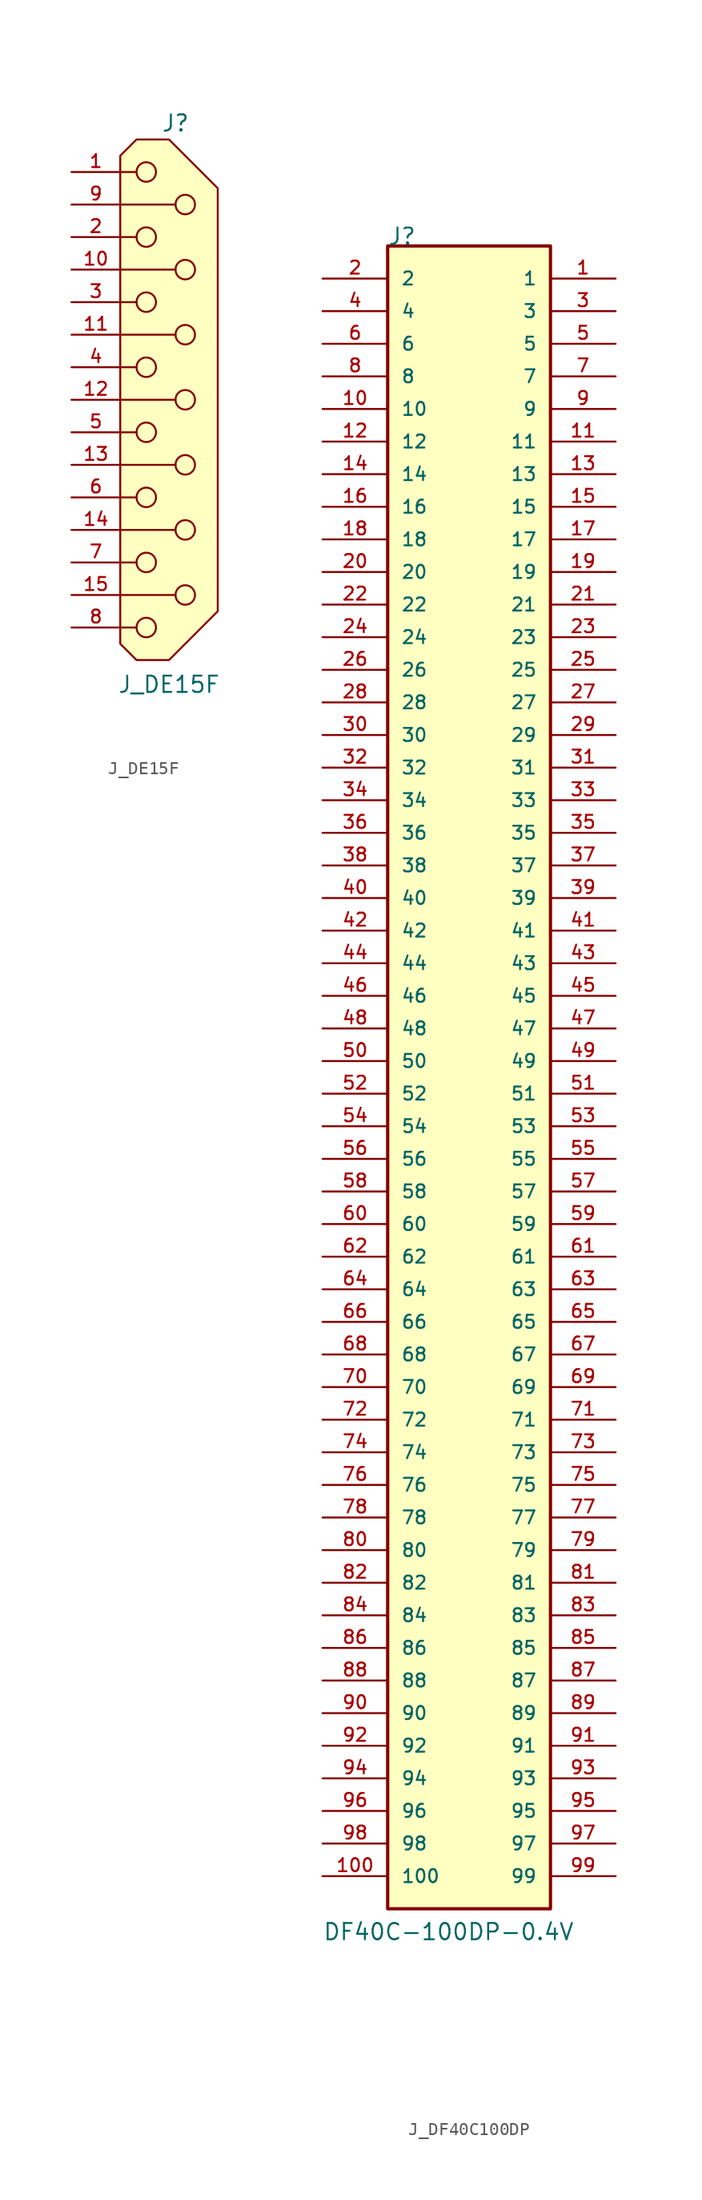
<source format=kicad_sym>
(kicad_symbol_lib
  (version 20220914)
  (generator kicad_symbol_editor)
  (symbol "J_DE15F"
    (pin_names
      (offset 1.016) hide)
    (property "Reference" "J"
      (at 0.508 21.59 0)
      (effects (font (size 1.27 1.27))))
    (property "Value" "J_DE15F"
      (at 0 -22.225 0)
      (effects (font (size 1.27 1.27))))
    (symbol "J_DE15F_0_1"
      (circle (center -1.778 -17.78) (radius 0.762) (stroke (width 0) (type default)) (fill (type none)))
      (circle (center -1.778 -12.7) (radius 0.762) (stroke (width 0) (type default)) (fill (type none)))
      (circle (center -1.778 -7.62) (radius 0.762) (stroke (width 0) (type default)) (fill (type none)))
      (circle (center -1.778 -2.54) (radius 0.762) (stroke (width 0) (type default)) (fill (type none)))
      (circle (center -1.778 2.54) (radius 0.762) (stroke (width 0) (type default)) (fill (type none)))
      (circle (center -1.778 7.62) (radius 0.762) (stroke (width 0) (type default)) (fill (type none)))
      (circle (center -1.778 12.7) (radius 0.762) (stroke (width 0) (type default)) (fill (type none)))
      (circle (center -1.778 17.78) (radius 0.762) (stroke (width 0) (type default)) (fill (type none)))
      (polyline (pts (xy -3.81 -17.78) (xy -2.54 -17.78)) (stroke (width 0) (type default)) (fill (type none)))
      (polyline (pts (xy -3.81 -15.24) (xy 0.508 -15.24)) (stroke (width 0) (type default)) (fill (type none)))
      (polyline (pts (xy -3.81 -12.7) (xy -2.54 -12.7)) (stroke (width 0) (type default)) (fill (type none)))
      (polyline (pts (xy -3.81 -10.16) (xy 0.508 -10.16)) (stroke (width 0) (type default)) (fill (type none)))
      (polyline (pts (xy -3.81 -7.62) (xy -2.54 -7.62)) (stroke (width 0) (type default)) (fill (type none)))
      (polyline (pts (xy -3.81 -5.08) (xy 0.508 -5.08)) (stroke (width 0) (type default)) (fill (type none)))
      (polyline (pts (xy -3.81 -2.54) (xy -2.54 -2.54)) (stroke (width 0) (type default)) (fill (type none)))
      (polyline (pts (xy -3.81 0) (xy 0.508 0)) (stroke (width 0) (type default)) (fill (type none)))
      (polyline (pts (xy -3.81 2.54) (xy -2.54 2.54)) (stroke (width 0) (type default)) (fill (type none)))
      (polyline (pts (xy -3.81 5.08) (xy 0.508 5.08)) (stroke (width 0) (type default)) (fill (type none)))
      (polyline (pts (xy -3.81 7.62) (xy -2.54 7.62)) (stroke (width 0) (type default)) (fill (type none)))
      (polyline (pts (xy -3.81 10.16) (xy 0.508 10.16)) (stroke (width 0) (type default)) (fill (type none)))
      (polyline (pts (xy -3.81 12.7) (xy -2.54 12.7)) (stroke (width 0) (type default)) (fill (type none)))
      (polyline (pts (xy -3.81 15.24) (xy 0.508 15.24)) (stroke (width 0) (type default)) (fill (type none)))
      (polyline (pts (xy -3.81 17.78) (xy -2.54 17.78)) (stroke (width 0) (type default)) (fill (type none)))
      (circle (center 1.27 -15.24) (radius 0.762) (stroke (width 0) (type default)) (fill (type none)))
      (circle (center 1.27 -10.16) (radius 0.762) (stroke (width 0) (type default)) (fill (type none)))
      (circle (center 1.27 -5.08) (radius 0.762) (stroke (width 0) (type default)) (fill (type none)))
      (circle (center 1.27 0) (radius 0.762) (stroke (width 0) (type default)) (fill (type none)))
      (circle (center 1.27 5.08) (radius 0.762) (stroke (width 0) (type default)) (fill (type none)))
      (circle (center 1.27 10.16) (radius 0.762) (stroke (width 0) (type default)) (fill (type none)))
      (circle (center 1.27 15.24) (radius 0.762) (stroke (width 0) (type default)) (fill (type none))))
    (symbol "J_DE15F_1_1"
      (polyline (pts (xy -3.81 19.05) (xy -2.54 20.32) (xy 0 20.32) (xy 3.81 16.51) (xy 3.81 -16.51) (xy 0 -20.32) (xy -2.54 -20.32) (xy -3.81 -19.05) (xy -3.81 19.05)) (stroke (width 0) (type solid)) (fill (type background)))
      (pin passive line (at -7.62 17.78 0) (length 3.81) (name "~" (effects (font (size 1.016 1.016)))) (number "1" (effects (font (size 1.016 1.016)))))
      (pin passive line (at -7.62 10.16 0) (length 3.81) (name "~" (effects (font (size 1.016 1.016)))) (number "10" (effects (font (size 1.016 1.016)))))
      (pin passive line (at -7.62 5.08 0) (length 3.81) (name "~" (effects (font (size 1.016 1.016)))) (number "11" (effects (font (size 1.016 1.016)))))
      (pin passive line (at -7.62 0 0) (length 3.81) (name "~" (effects (font (size 1.016 1.016)))) (number "12" (effects (font (size 1.016 1.016)))))
      (pin passive line (at -7.62 -5.08 0) (length 3.81) (name "~" (effects (font (size 1.016 1.016)))) (number "13" (effects (font (size 1.016 1.016)))))
      (pin passive line (at -7.62 -10.16 0) (length 3.81) (name "~" (effects (font (size 1.016 1.016)))) (number "14" (effects (font (size 1.016 1.016)))))
      (pin passive line (at -7.62 -15.24 0) (length 3.81) (name "~" (effects (font (size 1.016 1.016)))) (number "15" (effects (font (size 1.016 1.016)))))
      (pin passive line (at -7.62 12.7 0) (length 3.81) (name "~" (effects (font (size 1.016 1.016)))) (number "2" (effects (font (size 1.016 1.016)))))
      (pin passive line (at -7.62 7.62 0) (length 3.81) (name "~" (effects (font (size 1.016 1.016)))) (number "3" (effects (font (size 1.016 1.016)))))
      (pin passive line (at -7.62 2.54 0) (length 3.81) (name "~" (effects (font (size 1.016 1.016)))) (number "4" (effects (font (size 1.016 1.016)))))
      (pin passive line (at -7.62 -2.54 0) (length 3.81) (name "~" (effects (font (size 1.016 1.016)))) (number "5" (effects (font (size 1.016 1.016)))))
      (pin passive line (at -7.62 -7.62 0) (length 3.81) (name "~" (effects (font (size 1.016 1.016)))) (number "6" (effects (font (size 1.016 1.016)))))
      (pin passive line (at -7.62 -12.7 0) (length 3.81) (name "~" (effects (font (size 1.016 1.016)))) (number "7" (effects (font (size 1.016 1.016)))))
      (pin passive line (at -7.62 -17.78 0) (length 3.81) (name "~" (effects (font (size 1.016 1.016)))) (number "8" (effects (font (size 1.016 1.016)))))
      (pin passive line (at -7.62 15.24 0) (length 3.81) (name "~" (effects (font (size 1.016 1.016)))) (number "9" (effects (font (size 1.016 1.016)))))))
  (symbol "J_DF40C100DP"
    (pin_names
      (offset 1.016))
    (property "Reference" "J"
      (at -6.35 64.77 0)
      (effects (font (size 1.27 1.27)) (justify left bottom)))
    (property "Value" "DF40C-100DP-0.4V"
      (at -11.43 -67.31 0)
      (effects (font (size 1.27 1.27)) (justify left bottom)))
    (symbol "J_DF40C100DP_0_0"
      (rectangle (start -6.35 64.77) (end 6.35 -64.77) (stroke (width 0.254) (type default)) (fill (type background)))
      (pin bidirectional line (at 11.43 62.23 180) (length 5.08) (name "1" (effects (font (size 1.016 1.016)))) (number "1" (effects (font (size 1.016 1.016)))))
      (pin bidirectional line (at -11.43 52.07 0) (length 5.08) (name "10" (effects (font (size 1.016 1.016)))) (number "10" (effects (font (size 1.016 1.016)))))
      (pin bidirectional line (at -11.43 -62.23 0) (length 5.08) (name "100" (effects (font (size 1.016 1.016)))) (number "100" (effects (font (size 1.016 1.016)))))
      (pin bidirectional line (at 11.43 49.53 180) (length 5.08) (name "11" (effects (font (size 1.016 1.016)))) (number "11" (effects (font (size 1.016 1.016)))))
      (pin bidirectional line (at -11.43 49.53 0) (length 5.08) (name "12" (effects (font (size 1.016 1.016)))) (number "12" (effects (font (size 1.016 1.016)))))
      (pin bidirectional line (at 11.43 46.99 180) (length 5.08) (name "13" (effects (font (size 1.016 1.016)))) (number "13" (effects (font (size 1.016 1.016)))))
      (pin bidirectional line (at -11.43 46.99 0) (length 5.08) (name "14" (effects (font (size 1.016 1.016)))) (number "14" (effects (font (size 1.016 1.016)))))
      (pin bidirectional line (at 11.43 44.45 180) (length 5.08) (name "15" (effects (font (size 1.016 1.016)))) (number "15" (effects (font (size 1.016 1.016)))))
      (pin bidirectional line (at -11.43 44.45 0) (length 5.08) (name "16" (effects (font (size 1.016 1.016)))) (number "16" (effects (font (size 1.016 1.016)))))
      (pin bidirectional line (at 11.43 41.91 180) (length 5.08) (name "17" (effects (font (size 1.016 1.016)))) (number "17" (effects (font (size 1.016 1.016)))))
      (pin bidirectional line (at -11.43 41.91 0) (length 5.08) (name "18" (effects (font (size 1.016 1.016)))) (number "18" (effects (font (size 1.016 1.016)))))
      (pin bidirectional line (at 11.43 39.37 180) (length 5.08) (name "19" (effects (font (size 1.016 1.016)))) (number "19" (effects (font (size 1.016 1.016)))))
      (pin bidirectional line (at -11.43 62.23 0) (length 5.08) (name "2" (effects (font (size 1.016 1.016)))) (number "2" (effects (font (size 1.016 1.016)))))
      (pin bidirectional line (at -11.43 39.37 0) (length 5.08) (name "20" (effects (font (size 1.016 1.016)))) (number "20" (effects (font (size 1.016 1.016)))))
      (pin bidirectional line (at 11.43 36.83 180) (length 5.08) (name "21" (effects (font (size 1.016 1.016)))) (number "21" (effects (font (size 1.016 1.016)))))
      (pin bidirectional line (at -11.43 36.83 0) (length 5.08) (name "22" (effects (font (size 1.016 1.016)))) (number "22" (effects (font (size 1.016 1.016)))))
      (pin bidirectional line (at 11.43 34.29 180) (length 5.08) (name "23" (effects (font (size 1.016 1.016)))) (number "23" (effects (font (size 1.016 1.016)))))
      (pin bidirectional line (at -11.43 34.29 0) (length 5.08) (name "24" (effects (font (size 1.016 1.016)))) (number "24" (effects (font (size 1.016 1.016)))))
      (pin bidirectional line (at 11.43 31.75 180) (length 5.08) (name "25" (effects (font (size 1.016 1.016)))) (number "25" (effects (font (size 1.016 1.016)))))
      (pin bidirectional line (at -11.43 31.75 0) (length 5.08) (name "26" (effects (font (size 1.016 1.016)))) (number "26" (effects (font (size 1.016 1.016)))))
      (pin bidirectional line (at 11.43 29.21 180) (length 5.08) (name "27" (effects (font (size 1.016 1.016)))) (number "27" (effects (font (size 1.016 1.016)))))
      (pin bidirectional line (at -11.43 29.21 0) (length 5.08) (name "28" (effects (font (size 1.016 1.016)))) (number "28" (effects (font (size 1.016 1.016)))))
      (pin bidirectional line (at 11.43 26.67 180) (length 5.08) (name "29" (effects (font (size 1.016 1.016)))) (number "29" (effects (font (size 1.016 1.016)))))
      (pin bidirectional line (at 11.43 59.69 180) (length 5.08) (name "3" (effects (font (size 1.016 1.016)))) (number "3" (effects (font (size 1.016 1.016)))))
      (pin bidirectional line (at -11.43 26.67 0) (length 5.08) (name "30" (effects (font (size 1.016 1.016)))) (number "30" (effects (font (size 1.016 1.016)))))
      (pin bidirectional line (at 11.43 24.13 180) (length 5.08) (name "31" (effects (font (size 1.016 1.016)))) (number "31" (effects (font (size 1.016 1.016)))))
      (pin bidirectional line (at -11.43 24.13 0) (length 5.08) (name "32" (effects (font (size 1.016 1.016)))) (number "32" (effects (font (size 1.016 1.016)))))
      (pin bidirectional line (at 11.43 21.59 180) (length 5.08) (name "33" (effects (font (size 1.016 1.016)))) (number "33" (effects (font (size 1.016 1.016)))))
      (pin bidirectional line (at -11.43 21.59 0) (length 5.08) (name "34" (effects (font (size 1.016 1.016)))) (number "34" (effects (font (size 1.016 1.016)))))
      (pin bidirectional line (at 11.43 19.05 180) (length 5.08) (name "35" (effects (font (size 1.016 1.016)))) (number "35" (effects (font (size 1.016 1.016)))))
      (pin bidirectional line (at -11.43 19.05 0) (length 5.08) (name "36" (effects (font (size 1.016 1.016)))) (number "36" (effects (font (size 1.016 1.016)))))
      (pin bidirectional line (at 11.43 16.51 180) (length 5.08) (name "37" (effects (font (size 1.016 1.016)))) (number "37" (effects (font (size 1.016 1.016)))))
      (pin bidirectional line (at -11.43 16.51 0) (length 5.08) (name "38" (effects (font (size 1.016 1.016)))) (number "38" (effects (font (size 1.016 1.016)))))
      (pin bidirectional line (at 11.43 13.97 180) (length 5.08) (name "39" (effects (font (size 1.016 1.016)))) (number "39" (effects (font (size 1.016 1.016)))))
      (pin bidirectional line (at -11.43 59.69 0) (length 5.08) (name "4" (effects (font (size 1.016 1.016)))) (number "4" (effects (font (size 1.016 1.016)))))
      (pin bidirectional line (at -11.43 13.97 0) (length 5.08) (name "40" (effects (font (size 1.016 1.016)))) (number "40" (effects (font (size 1.016 1.016)))))
      (pin bidirectional line (at 11.43 11.43 180) (length 5.08) (name "41" (effects (font (size 1.016 1.016)))) (number "41" (effects (font (size 1.016 1.016)))))
      (pin bidirectional line (at -11.43 11.43 0) (length 5.08) (name "42" (effects (font (size 1.016 1.016)))) (number "42" (effects (font (size 1.016 1.016)))))
      (pin bidirectional line (at 11.43 8.89 180) (length 5.08) (name "43" (effects (font (size 1.016 1.016)))) (number "43" (effects (font (size 1.016 1.016)))))
      (pin bidirectional line (at -11.43 8.89 0) (length 5.08) (name "44" (effects (font (size 1.016 1.016)))) (number "44" (effects (font (size 1.016 1.016)))))
      (pin bidirectional line (at 11.43 6.35 180) (length 5.08) (name "45" (effects (font (size 1.016 1.016)))) (number "45" (effects (font (size 1.016 1.016)))))
      (pin bidirectional line (at -11.43 6.35 0) (length 5.08) (name "46" (effects (font (size 1.016 1.016)))) (number "46" (effects (font (size 1.016 1.016)))))
      (pin bidirectional line (at 11.43 3.81 180) (length 5.08) (name "47" (effects (font (size 1.016 1.016)))) (number "47" (effects (font (size 1.016 1.016)))))
      (pin bidirectional line (at -11.43 3.81 0) (length 5.08) (name "48" (effects (font (size 1.016 1.016)))) (number "48" (effects (font (size 1.016 1.016)))))
      (pin bidirectional line (at 11.43 1.27 180) (length 5.08) (name "49" (effects (font (size 1.016 1.016)))) (number "49" (effects (font (size 1.016 1.016)))))
      (pin bidirectional line (at 11.43 57.15 180) (length 5.08) (name "5" (effects (font (size 1.016 1.016)))) (number "5" (effects (font (size 1.016 1.016)))))
      (pin bidirectional line (at -11.43 1.27 0) (length 5.08) (name "50" (effects (font (size 1.016 1.016)))) (number "50" (effects (font (size 1.016 1.016)))))
      (pin bidirectional line (at 11.43 -1.27 180) (length 5.08) (name "51" (effects (font (size 1.016 1.016)))) (number "51" (effects (font (size 1.016 1.016)))))
      (pin bidirectional line (at -11.43 -1.27 0) (length 5.08) (name "52" (effects (font (size 1.016 1.016)))) (number "52" (effects (font (size 1.016 1.016)))))
      (pin bidirectional line (at 11.43 -3.81 180) (length 5.08) (name "53" (effects (font (size 1.016 1.016)))) (number "53" (effects (font (size 1.016 1.016)))))
      (pin bidirectional line (at -11.43 -3.81 0) (length 5.08) (name "54" (effects (font (size 1.016 1.016)))) (number "54" (effects (font (size 1.016 1.016)))))
      (pin bidirectional line (at 11.43 -6.35 180) (length 5.08) (name "55" (effects (font (size 1.016 1.016)))) (number "55" (effects (font (size 1.016 1.016)))))
      (pin bidirectional line (at -11.43 -6.35 0) (length 5.08) (name "56" (effects (font (size 1.016 1.016)))) (number "56" (effects (font (size 1.016 1.016)))))
      (pin bidirectional line (at 11.43 -8.89 180) (length 5.08) (name "57" (effects (font (size 1.016 1.016)))) (number "57" (effects (font (size 1.016 1.016)))))
      (pin bidirectional line (at -11.43 -8.89 0) (length 5.08) (name "58" (effects (font (size 1.016 1.016)))) (number "58" (effects (font (size 1.016 1.016)))))
      (pin bidirectional line (at 11.43 -11.43 180) (length 5.08) (name "59" (effects (font (size 1.016 1.016)))) (number "59" (effects (font (size 1.016 1.016)))))
      (pin bidirectional line (at -11.43 57.15 0) (length 5.08) (name "6" (effects (font (size 1.016 1.016)))) (number "6" (effects (font (size 1.016 1.016)))))
      (pin bidirectional line (at -11.43 -11.43 0) (length 5.08) (name "60" (effects (font (size 1.016 1.016)))) (number "60" (effects (font (size 1.016 1.016)))))
      (pin bidirectional line (at 11.43 -13.97 180) (length 5.08) (name "61" (effects (font (size 1.016 1.016)))) (number "61" (effects (font (size 1.016 1.016)))))
      (pin bidirectional line (at -11.43 -13.97 0) (length 5.08) (name "62" (effects (font (size 1.016 1.016)))) (number "62" (effects (font (size 1.016 1.016)))))
      (pin bidirectional line (at 11.43 -16.51 180) (length 5.08) (name "63" (effects (font (size 1.016 1.016)))) (number "63" (effects (font (size 1.016 1.016)))))
      (pin bidirectional line (at -11.43 -16.51 0) (length 5.08) (name "64" (effects (font (size 1.016 1.016)))) (number "64" (effects (font (size 1.016 1.016)))))
      (pin bidirectional line (at 11.43 -19.05 180) (length 5.08) (name "65" (effects (font (size 1.016 1.016)))) (number "65" (effects (font (size 1.016 1.016)))))
      (pin bidirectional line (at -11.43 -19.05 0) (length 5.08) (name "66" (effects (font (size 1.016 1.016)))) (number "66" (effects (font (size 1.016 1.016)))))
      (pin bidirectional line (at 11.43 -21.59 180) (length 5.08) (name "67" (effects (font (size 1.016 1.016)))) (number "67" (effects (font (size 1.016 1.016)))))
      (pin bidirectional line (at -11.43 -21.59 0) (length 5.08) (name "68" (effects (font (size 1.016 1.016)))) (number "68" (effects (font (size 1.016 1.016)))))
      (pin bidirectional line (at 11.43 -24.13 180) (length 5.08) (name "69" (effects (font (size 1.016 1.016)))) (number "69" (effects (font (size 1.016 1.016)))))
      (pin bidirectional line (at 11.43 54.61 180) (length 5.08) (name "7" (effects (font (size 1.016 1.016)))) (number "7" (effects (font (size 1.016 1.016)))))
      (pin bidirectional line (at -11.43 -24.13 0) (length 5.08) (name "70" (effects (font (size 1.016 1.016)))) (number "70" (effects (font (size 1.016 1.016)))))
      (pin bidirectional line (at 11.43 -26.67 180) (length 5.08) (name "71" (effects (font (size 1.016 1.016)))) (number "71" (effects (font (size 1.016 1.016)))))
      (pin bidirectional line (at -11.43 -26.67 0) (length 5.08) (name "72" (effects (font (size 1.016 1.016)))) (number "72" (effects (font (size 1.016 1.016)))))
      (pin bidirectional line (at 11.43 -29.21 180) (length 5.08) (name "73" (effects (font (size 1.016 1.016)))) (number "73" (effects (font (size 1.016 1.016)))))
      (pin bidirectional line (at -11.43 -29.21 0) (length 5.08) (name "74" (effects (font (size 1.016 1.016)))) (number "74" (effects (font (size 1.016 1.016)))))
      (pin bidirectional line (at 11.43 -31.75 180) (length 5.08) (name "75" (effects (font (size 1.016 1.016)))) (number "75" (effects (font (size 1.016 1.016)))))
      (pin bidirectional line (at -11.43 -31.75 0) (length 5.08) (name "76" (effects (font (size 1.016 1.016)))) (number "76" (effects (font (size 1.016 1.016)))))
      (pin bidirectional line (at 11.43 -34.29 180) (length 5.08) (name "77" (effects (font (size 1.016 1.016)))) (number "77" (effects (font (size 1.016 1.016)))))
      (pin bidirectional line (at -11.43 -34.29 0) (length 5.08) (name "78" (effects (font (size 1.016 1.016)))) (number "78" (effects (font (size 1.016 1.016)))))
      (pin bidirectional line (at 11.43 -36.83 180) (length 5.08) (name "79" (effects (font (size 1.016 1.016)))) (number "79" (effects (font (size 1.016 1.016)))))
      (pin bidirectional line (at -11.43 54.61 0) (length 5.08) (name "8" (effects (font (size 1.016 1.016)))) (number "8" (effects (font (size 1.016 1.016)))))
      (pin bidirectional line (at -11.43 -36.83 0) (length 5.08) (name "80" (effects (font (size 1.016 1.016)))) (number "80" (effects (font (size 1.016 1.016)))))
      (pin bidirectional line (at 11.43 -39.37 180) (length 5.08) (name "81" (effects (font (size 1.016 1.016)))) (number "81" (effects (font (size 1.016 1.016)))))
      (pin bidirectional line (at -11.43 -39.37 0) (length 5.08) (name "82" (effects (font (size 1.016 1.016)))) (number "82" (effects (font (size 1.016 1.016)))))
      (pin bidirectional line (at 11.43 -41.91 180) (length 5.08) (name "83" (effects (font (size 1.016 1.016)))) (number "83" (effects (font (size 1.016 1.016)))))
      (pin bidirectional line (at -11.43 -41.91 0) (length 5.08) (name "84" (effects (font (size 1.016 1.016)))) (number "84" (effects (font (size 1.016 1.016)))))
      (pin bidirectional line (at 11.43 -44.45 180) (length 5.08) (name "85" (effects (font (size 1.016 1.016)))) (number "85" (effects (font (size 1.016 1.016)))))
      (pin bidirectional line (at -11.43 -44.45 0) (length 5.08) (name "86" (effects (font (size 1.016 1.016)))) (number "86" (effects (font (size 1.016 1.016)))))
      (pin bidirectional line (at 11.43 -46.99 180) (length 5.08) (name "87" (effects (font (size 1.016 1.016)))) (number "87" (effects (font (size 1.016 1.016)))))
      (pin bidirectional line (at -11.43 -46.99 0) (length 5.08) (name "88" (effects (font (size 1.016 1.016)))) (number "88" (effects (font (size 1.016 1.016)))))
      (pin bidirectional line (at 11.43 -49.53 180) (length 5.08) (name "89" (effects (font (size 1.016 1.016)))) (number "89" (effects (font (size 1.016 1.016)))))
      (pin bidirectional line (at 11.43 52.07 180) (length 5.08) (name "9" (effects (font (size 1.016 1.016)))) (number "9" (effects (font (size 1.016 1.016)))))
      (pin bidirectional line (at -11.43 -49.53 0) (length 5.08) (name "90" (effects (font (size 1.016 1.016)))) (number "90" (effects (font (size 1.016 1.016)))))
      (pin bidirectional line (at 11.43 -52.07 180) (length 5.08) (name "91" (effects (font (size 1.016 1.016)))) (number "91" (effects (font (size 1.016 1.016)))))
      (pin bidirectional line (at -11.43 -52.07 0) (length 5.08) (name "92" (effects (font (size 1.016 1.016)))) (number "92" (effects (font (size 1.016 1.016)))))
      (pin bidirectional line (at 11.43 -54.61 180) (length 5.08) (name "93" (effects (font (size 1.016 1.016)))) (number "93" (effects (font (size 1.016 1.016)))))
      (pin bidirectional line (at -11.43 -54.61 0) (length 5.08) (name "94" (effects (font (size 1.016 1.016)))) (number "94" (effects (font (size 1.016 1.016)))))
      (pin bidirectional line (at 11.43 -57.15 180) (length 5.08) (name "95" (effects (font (size 1.016 1.016)))) (number "95" (effects (font (size 1.016 1.016)))))
      (pin bidirectional line (at -11.43 -57.15 0) (length 5.08) (name "96" (effects (font (size 1.016 1.016)))) (number "96" (effects (font (size 1.016 1.016)))))
      (pin bidirectional line (at 11.43 -59.69 180) (length 5.08) (name "97" (effects (font (size 1.016 1.016)))) (number "97" (effects (font (size 1.016 1.016)))))
      (pin bidirectional line (at -11.43 -59.69 0) (length 5.08) (name "98" (effects (font (size 1.016 1.016)))) (number "98" (effects (font (size 1.016 1.016)))))
      (pin bidirectional line (at 11.43 -62.23 180) (length 5.08) (name "99" (effects (font (size 1.016 1.016)))) (number "99" (effects (font (size 1.016 1.016))))))))
</source>
